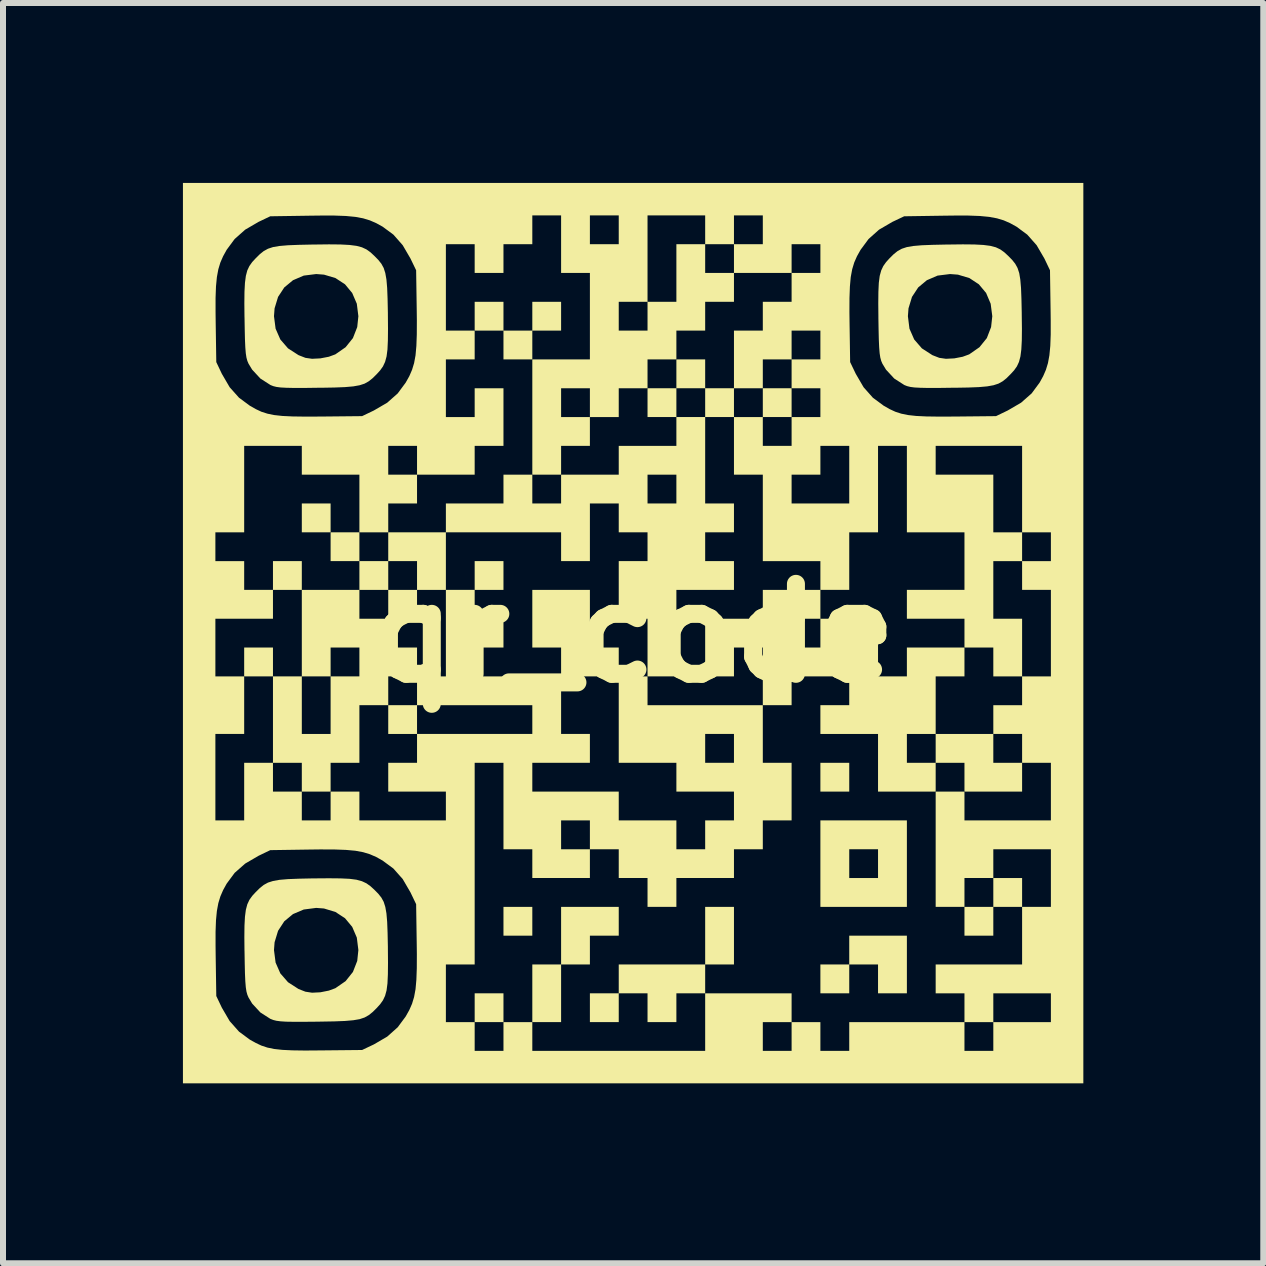
<source format=kicad_pcb>
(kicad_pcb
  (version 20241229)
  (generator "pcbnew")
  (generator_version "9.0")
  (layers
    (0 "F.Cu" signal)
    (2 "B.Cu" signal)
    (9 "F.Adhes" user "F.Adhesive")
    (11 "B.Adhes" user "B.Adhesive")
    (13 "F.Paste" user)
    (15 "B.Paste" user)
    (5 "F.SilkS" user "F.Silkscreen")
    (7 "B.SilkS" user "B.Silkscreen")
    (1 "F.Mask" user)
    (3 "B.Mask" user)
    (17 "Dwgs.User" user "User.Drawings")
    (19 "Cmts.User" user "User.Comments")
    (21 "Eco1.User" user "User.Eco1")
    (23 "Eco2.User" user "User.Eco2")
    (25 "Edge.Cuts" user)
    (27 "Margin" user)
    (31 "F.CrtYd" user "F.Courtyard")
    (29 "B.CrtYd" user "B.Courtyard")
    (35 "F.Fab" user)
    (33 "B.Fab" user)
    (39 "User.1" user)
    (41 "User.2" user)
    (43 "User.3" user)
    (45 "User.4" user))
  (footprint "qr_code"
    (layer "F.Cu")
    (at 7.506 7.506)
    (property "Reference" "qr_code" (at 0 0 0) (layer "F.SilkS") (effects (font (size 1.5 1.5) (thickness 0.3))))
    (attr board_only exclude_from_pos_files exclude_from_bom)
    (fp_poly (pts (xy -5.044 -1.922) (xy -5.044 -1.681) (xy -5.284 -1.681) (xy -5.524 -1.681) (xy -5.524 -1.922) (xy -5.524 -2.162) (xy -5.284 -2.162) (xy -5.044 -2.162)) (stroke (width 0) (type solid)) (fill yes) (layer "F.SilkS"))
    (fp_poly (pts (xy -3.603 1.441) (xy -3.603 1.681) (xy -3.843 1.681) (xy -4.083 1.681) (xy -4.083 1.441) (xy -4.083 1.201) (xy -3.843 1.201) (xy -3.603 1.201)) (stroke (width 0) (type solid)) (fill yes) (layer "F.SilkS"))
    (fp_poly (pts (xy -2.162 -0.961) (xy -2.162 -0.721) (xy -2.402 -0.721) (xy -2.642 -0.721) (xy -2.642 -0.961) (xy -2.642 -1.201) (xy -2.402 -1.201) (xy -2.162 -1.201)) (stroke (width 0) (type solid)) (fill yes) (layer "F.SilkS"))
    (fp_poly (pts (xy -2.162 6.245) (xy -2.162 6.485) (xy -2.402 6.485) (xy -2.642 6.485) (xy -2.642 6.245) (xy -2.642 6.005) (xy -2.402 6.005) (xy -2.162 6.005)) (stroke (width 0) (type solid)) (fill yes) (layer "F.SilkS"))
    (fp_poly (pts (xy -1.681 4.804) (xy -1.681 5.044) (xy -1.922 5.044) (xy -2.162 5.044) (xy -2.162 4.804) (xy -2.162 4.564) (xy -1.922 4.564) (xy -1.681 4.564)) (stroke (width 0) (type solid)) (fill yes) (layer "F.SilkS"))
    (fp_poly (pts (xy 2.642 -3.843) (xy 2.642 -3.603) (xy 2.402 -3.603) (xy 2.162 -3.603) (xy 2.162 -3.843) (xy 2.162 -4.083) (xy 2.402 -4.083) (xy 2.642 -4.083)) (stroke (width 0) (type solid)) (fill yes) (layer "F.SilkS"))
    (fp_poly (pts (xy 3.603 2.402) (xy 3.603 2.642) (xy 3.363 2.642) (xy 3.122 2.642) (xy 3.122 2.402) (xy 3.122 2.162) (xy 3.363 2.162) (xy 3.603 2.162)) (stroke (width 0) (type solid)) (fill yes) (layer "F.SilkS"))
    (fp_poly (pts (xy -0.721 -0.24) (xy -0.721 0.24) (xy -0.48 0.24) (xy -0.24 0.24) (xy -0.24 0.48) (xy -0.24 0.721) (xy -0.721 0.721) (xy -1.201 0.721) (xy -1.201 0.48) (xy -1.201 0.24) (xy -1.441 0.24) (xy -1.681 0.24) (xy -1.681 -0.24) (xy -1.681 -0.721) (xy -1.201 -0.721) (xy -0.721 -0.721)) (stroke (width 0) (type solid)) (fill yes) (layer "F.SilkS"))
    (fp_poly (pts (xy 6.485 4.323) (xy 6.485 4.564) (xy 6.245 4.564) (xy 6.005 4.564) (xy 6.005 4.804) (xy 6.005 5.044) (xy 5.765 5.044) (xy 5.524 5.044) (xy 5.524 4.804) (xy 5.524 4.564) (xy 5.765 4.564) (xy 6.005 4.564) (xy 6.005 4.323) (xy 6.005 4.083) (xy 6.245 4.083) (xy 6.485 4.083)) (stroke (width 0) (type solid)) (fill yes) (layer "F.SilkS"))
    (fp_poly (pts (xy 4.564 3.843) (xy 4.564 4.564) (xy 3.843 4.564) (xy 3.122 4.564) (xy 3.122 3.843) (xy 3.603 3.843) (xy 3.603 4.083) (xy 3.843 4.083) (xy 4.083 4.083) (xy 4.083 3.843) (xy 4.083 3.603) (xy 3.843 3.603) (xy 3.603 3.603) (xy 3.603 3.843) (xy 3.122 3.843) (xy 3.122 3.122) (xy 3.843 3.122) (xy 4.564 3.122)) (stroke (width 0) (type solid)) (fill yes) (layer "F.SilkS"))
    (fp_poly (pts (xy -0.24 4.804) (xy -0.24 5.044) (xy -0.48 5.044) (xy -0.721 5.044) (xy -0.721 5.284) (xy -0.721 5.524) (xy -0.961 5.524) (xy -1.201 5.524) (xy -1.201 6.005) (xy -1.201 6.485) (xy -1.441 6.485) (xy -1.681 6.485) (xy -1.681 6.005) (xy -1.681 5.524) (xy -1.441 5.524) (xy -1.201 5.524) (xy -1.201 5.044) (xy -1.201 4.564) (xy -0.721 4.564) (xy -0.24 4.564)) (stroke (width 0) (type solid)) (fill yes) (layer "F.SilkS"))
    (fp_poly (pts (xy 4.564 5.524) (xy 4.564 6.005) (xy 4.323 6.005) (xy 4.083 6.005) (xy 4.083 5.765) (xy 4.083 5.524) (xy 3.843 5.524) (xy 3.603 5.524) (xy 3.603 5.765) (xy 3.603 6.005) (xy 3.363 6.005) (xy 3.122 6.005) (xy 3.122 5.765) (xy 3.122 5.524) (xy 3.363 5.524) (xy 3.603 5.524) (xy 3.603 5.284) (xy 3.603 5.044) (xy 4.083 5.044) (xy 4.564 5.044)) (stroke (width 0) (type solid)) (fill yes) (layer "F.SilkS"))
    (fp_poly (pts (xy -2.162 -5.284) (xy -2.162 -5.044) (xy -1.922 -5.044) (xy -1.681 -5.044) (xy -1.681 -5.284) (xy -1.681 -5.524) (xy -1.441 -5.524) (xy -1.201 -5.524) (xy -1.201 -5.284) (xy -1.201 -5.044) (xy -1.441 -5.044) (xy -1.681 -5.044) (xy -1.681 -4.804) (xy -1.681 -4.564) (xy -1.922 -4.564) (xy -2.162 -4.564) (xy -2.162 -4.804) (xy -2.162 -5.044) (xy -2.402 -5.044) (xy -2.642 -5.044) (xy -2.642 -5.284) (xy -2.642 -5.524) (xy -2.402 -5.524) (xy -2.162 -5.524)) (stroke (width 0) (type solid)) (fill yes) (layer "F.SilkS"))
    (fp_poly (pts (xy 1.681 5.044) (xy 1.681 5.524) (xy 1.441 5.524) (xy 1.201 5.524) (xy 1.201 5.765) (xy 1.201 6.005) (xy 0.961 6.005) (xy 0.721 6.005) (xy 0.721 6.245) (xy 0.721 6.485) (xy 0.48 6.485) (xy 0.24 6.485) (xy 0.24 6.245) (xy 0.24 6.005) (xy 0 6.005) (xy -0.24 6.005) (xy -0.24 6.245) (xy -0.24 6.485) (xy -0.48 6.485) (xy -0.721 6.485) (xy -0.721 6.245) (xy -0.721 6.005) (xy -0.48 6.005) (xy -0.24 6.005) (xy -0.24 5.765) (xy -0.24 5.524) (xy 0.48 5.524) (xy 1.201 5.524) (xy 1.201 5.044) (xy 1.201 4.564) (xy 1.441 4.564) (xy 1.681 4.564)) (stroke (width 0) (type solid)) (fill yes) (layer "F.SilkS"))
    (fp_poly (pts (xy 3.122 -0.48) (xy 3.122 -0.24) (xy 2.882 -0.24) (xy 2.642 -0.24) (xy 2.642 0) (xy 2.642 0.24) (xy 2.882 0.24) (xy 3.122 0.24) (xy 3.122 0) (xy 3.122 -0.24) (xy 3.603 -0.24) (xy 4.083 -0.24) (xy 4.083 0.24) (xy 4.083 0.721) (xy 4.323 0.721) (xy 4.564 0.721) (xy 4.564 0.48) (xy 4.564 0.24) (xy 5.044 0.24) (xy 5.524 0.24) (xy 5.524 0.48) (xy 5.524 0.721) (xy 5.284 0.721) (xy 5.044 0.721) (xy 5.044 1.201) (xy 5.044 1.681) (xy 4.804 1.681) (xy 4.564 1.681) (xy 4.564 1.922) (xy 4.564 2.162) (xy 4.804 2.162) (xy 5.044 2.162) (xy 5.044 1.922) (xy 5.044 1.681) (xy 5.524 1.681) (xy 6.005 1.681) (xy 6.005 1.922) (xy 6.005 2.162) (xy 6.245 2.162) (xy 6.485 2.162) (xy 6.485 2.402) (xy 6.485 2.642) (xy 6.005 2.642) (xy 5.524 2.642) (xy 5.524 2.402) (xy 5.524 2.162) (xy 5.284 2.162) (xy 5.044 2.162) (xy 5.044 2.402) (xy 5.044 2.642) (xy 4.564 2.642) (xy 4.083 2.642) (xy 4.083 2.162) (xy 4.083 1.681) (xy 3.603 1.681) (xy 3.122 1.681) (xy 3.122 1.441) (xy 3.122 1.201) (xy 3.363 1.201) (xy 3.603 1.201) (xy 3.603 0.961) (xy 3.603 0.721) (xy 3.122 0.721) (xy 2.642 0.721) (xy 2.642 0.961) (xy 2.642 1.201) (xy 2.402 1.201) (xy 2.162 1.201) (xy 2.162 0.721) (xy 2.162 0.24) (xy 1.922 0.24) (xy 1.681 0.24) (xy 1.681 0.48) (xy 1.681 0.721) (xy 1.441 0.721) (xy 1.201 0.721) (xy 1.201 0.24) (xy 1.201 -0.24) (xy 1.681 -0.24) (xy 2.162 -0.24) (xy 2.162 -0.48) (xy 2.162 -0.721) (xy 2.642 -0.721) (xy 3.122 -0.721)) (stroke (width 0) (type solid)) (fill yes) (layer "F.SilkS"))
    (fp_poly (pts (xy -4.879 -6.48) (xy -4.729 -6.472) (xy -4.613 -6.457) (xy -4.522 -6.433) (xy -4.447 -6.398) (xy -4.381 -6.351) (xy -4.317 -6.292) (xy -4.25 -6.224) (xy -4.198 -6.159) (xy -4.159 -6.088) (xy -4.132 -6.003) (xy -4.113 -5.895) (xy -4.101 -5.754) (xy -4.094 -5.572) (xy -4.089 -5.34) (xy -4.089 -5.315) (xy -4.087 -5.071) (xy -4.089 -4.879) (xy -4.096 -4.729) (xy -4.111 -4.613) (xy -4.136 -4.522) (xy -4.171 -4.447) (xy -4.218 -4.381) (xy -4.276 -4.317) (xy -4.344 -4.25) (xy -4.408 -4.199) (xy -4.477 -4.16) (xy -4.56 -4.133) (xy -4.666 -4.114) (xy -4.804 -4.102) (xy -4.982 -4.095) (xy -5.21 -4.091) (xy -5.269 -4.091) (xy -5.489 -4.088) (xy -5.658 -4.088) (xy -5.785 -4.091) (xy -5.878 -4.096) (xy -5.947 -4.105) (xy -5.999 -4.118) (xy -6.045 -4.136) (xy -6.05 -4.139) (xy -6.215 -4.245) (xy -6.352 -4.393) (xy -6.413 -4.494) (xy -6.432 -4.539) (xy -6.447 -4.594) (xy -6.458 -4.665) (xy -6.466 -4.764) (xy -6.472 -4.897) (xy -6.476 -5.075) (xy -6.479 -5.253) (xy -6.48 -5.284) (xy -5.988 -5.284) (xy -5.961 -5.076) (xy -5.882 -4.896) (xy -5.754 -4.748) (xy -5.579 -4.635) (xy -5.464 -4.59) (xy -5.353 -4.574) (xy -5.215 -4.581) (xy -5.074 -4.608) (xy -4.965 -4.648) (xy -4.794 -4.767) (xy -4.672 -4.919) (xy -4.6 -5.103) (xy -4.581 -5.284) (xy -4.607 -5.492) (xy -4.684 -5.671) (xy -4.804 -5.816) (xy -4.963 -5.92) (xy -5.154 -5.977) (xy -5.284 -5.987) (xy -5.492 -5.961) (xy -5.671 -5.884) (xy -5.816 -5.764) (xy -5.92 -5.606) (xy -5.978 -5.415) (xy -5.988 -5.284) (xy -6.48 -5.284) (xy -6.482 -5.497) (xy -6.48 -5.69) (xy -6.472 -5.84) (xy -6.457 -5.956) (xy -6.433 -6.047) (xy -6.398 -6.121) (xy -6.351 -6.187) (xy -6.292 -6.251) (xy -6.224 -6.318) (xy -6.159 -6.37) (xy -6.088 -6.409) (xy -6.003 -6.437) (xy -5.895 -6.455) (xy -5.754 -6.467) (xy -5.572 -6.474) (xy -5.34 -6.479) (xy -5.315 -6.479) (xy -5.071 -6.482)) (stroke (width 0) (type solid)) (fill yes) (layer "F.SilkS"))
    (fp_poly (pts (xy -4.879 4.089) (xy -4.729 4.096) (xy -4.613 4.111) (xy -4.522 4.136) (xy -4.447 4.171) (xy -4.381 4.218) (xy -4.317 4.276) (xy -4.25 4.344) (xy -4.198 4.409) (xy -4.159 4.48) (xy -4.132 4.565) (xy -4.113 4.673) (xy -4.101 4.814) (xy -4.094 4.996) (xy -4.089 5.228) (xy -4.089 5.253) (xy -4.087 5.497) (xy -4.089 5.69) (xy -4.096 5.84) (xy -4.111 5.956) (xy -4.136 6.047) (xy -4.171 6.121) (xy -4.218 6.187) (xy -4.276 6.251) (xy -4.344 6.318) (xy -4.408 6.369) (xy -4.477 6.408) (xy -4.56 6.436) (xy -4.666 6.454) (xy -4.804 6.466) (xy -4.982 6.473) (xy -5.21 6.477) (xy -5.269 6.478) (xy -5.489 6.48) (xy -5.658 6.48) (xy -5.785 6.478) (xy -5.878 6.472) (xy -5.947 6.463) (xy -5.999 6.45) (xy -6.045 6.432) (xy -6.05 6.43) (xy -6.215 6.324) (xy -6.352 6.176) (xy -6.413 6.074) (xy -6.432 6.029) (xy -6.447 5.975) (xy -6.458 5.903) (xy -6.466 5.805) (xy -6.472 5.671) (xy -6.476 5.494) (xy -6.479 5.315) (xy -6.48 5.284) (xy -5.988 5.284) (xy -5.961 5.493) (xy -5.882 5.673) (xy -5.754 5.82) (xy -5.579 5.933) (xy -5.464 5.978) (xy -5.353 5.995) (xy -5.215 5.988) (xy -5.074 5.96) (xy -4.965 5.92) (xy -4.794 5.802) (xy -4.672 5.649) (xy -4.6 5.465) (xy -4.581 5.284) (xy -4.607 5.076) (xy -4.684 4.897) (xy -4.804 4.753) (xy -4.963 4.649) (xy -5.154 4.591) (xy -5.284 4.581) (xy -5.492 4.608) (xy -5.671 4.684) (xy -5.816 4.804) (xy -5.92 4.963) (xy -5.978 5.154) (xy -5.988 5.284) (xy -6.48 5.284) (xy -6.482 5.071) (xy -6.48 4.879) (xy -6.472 4.729) (xy -6.457 4.613) (xy -6.433 4.522) (xy -6.398 4.447) (xy -6.351 4.381) (xy -6.292 4.317) (xy -6.224 4.25) (xy -6.159 4.198) (xy -6.088 4.159) (xy -6.003 4.132) (xy -5.895 4.113) (xy -5.754 4.101) (xy -5.572 4.094) (xy -5.34 4.089) (xy -5.315 4.089) (xy -5.071 4.087)) (stroke (width 0) (type solid)) (fill yes) (layer "F.SilkS"))
    (fp_poly (pts (xy 5.69 -6.48) (xy 5.84 -6.472) (xy 5.956 -6.457) (xy 6.047 -6.433) (xy 6.121 -6.398) (xy 6.187 -6.351) (xy 6.251 -6.292) (xy 6.318 -6.224) (xy 6.37 -6.159) (xy 6.409 -6.088) (xy 6.437 -6.003) (xy 6.455 -5.895) (xy 6.467 -5.754) (xy 6.474 -5.572) (xy 6.479 -5.34) (xy 6.479 -5.315) (xy 6.482 -5.071) (xy 6.48 -4.879) (xy 6.472 -4.729) (xy 6.457 -4.613) (xy 6.433 -4.522) (xy 6.398 -4.447) (xy 6.351 -4.381) (xy 6.292 -4.317) (xy 6.225 -4.25) (xy 6.161 -4.199) (xy 6.091 -4.16) (xy 6.008 -4.133) (xy 5.902 -4.114) (xy 5.764 -4.102) (xy 5.586 -4.095) (xy 5.359 -4.091) (xy 5.299 -4.091) (xy 5.079 -4.088) (xy 4.91 -4.088) (xy 4.783 -4.091) (xy 4.69 -4.096) (xy 4.622 -4.105) (xy 4.569 -4.118) (xy 4.523 -4.136) (xy 4.518 -4.139) (xy 4.353 -4.245) (xy 4.216 -4.393) (xy 4.155 -4.494) (xy 4.136 -4.539) (xy 4.121 -4.594) (xy 4.11 -4.665) (xy 4.102 -4.764) (xy 4.096 -4.897) (xy 4.092 -5.075) (xy 4.089 -5.253) (xy 4.089 -5.284) (xy 4.581 -5.284) (xy 4.607 -5.076) (xy 4.686 -4.896) (xy 4.814 -4.748) (xy 4.989 -4.635) (xy 5.104 -4.59) (xy 5.215 -4.574) (xy 5.354 -4.581) (xy 5.494 -4.608) (xy 5.603 -4.648) (xy 5.774 -4.767) (xy 5.897 -4.919) (xy 5.968 -5.103) (xy 5.988 -5.284) (xy 5.961 -5.492) (xy 5.885 -5.671) (xy 5.764 -5.816) (xy 5.606 -5.92) (xy 5.415 -5.977) (xy 5.284 -5.987) (xy 5.076 -5.961) (xy 4.897 -5.884) (xy 4.753 -5.764) (xy 4.649 -5.606) (xy 4.591 -5.415) (xy 4.581 -5.284) (xy 4.089 -5.284) (xy 4.087 -5.497) (xy 4.089 -5.69) (xy 4.096 -5.84) (xy 4.111 -5.956) (xy 4.136 -6.047) (xy 4.171 -6.121) (xy 4.218 -6.187) (xy 4.276 -6.251) (xy 4.344 -6.318) (xy 4.409 -6.37) (xy 4.48 -6.409) (xy 4.565 -6.437) (xy 4.673 -6.455) (xy 4.814 -6.467) (xy 4.996 -6.474) (xy 5.228 -6.479) (xy 5.253 -6.479) (xy 5.497 -6.482)) (stroke (width 0) (type solid)) (fill yes) (layer "F.SilkS"))
    (fp_poly (pts (xy 1.201 -4.323) (xy 1.201 -4.083) (xy 0.961 -4.083) (xy 0.721 -4.083) (xy 0.721 -3.843) (xy 0.721 -3.603) (xy 0.961 -3.603) (xy 1.201 -3.603) (xy 1.201 -3.843) (xy 1.201 -4.083) (xy 1.441 -4.083) (xy 1.681 -4.083) (xy 1.681 -3.843) (xy 1.681 -3.603) (xy 1.441 -3.603) (xy 1.201 -3.603) (xy 1.201 -2.882) (xy 1.201 -2.162) (xy 1.441 -2.162) (xy 1.681 -2.162) (xy 1.681 -1.922) (xy 1.681 -1.681) (xy 1.441 -1.681) (xy 1.201 -1.681) (xy 1.201 -1.441) (xy 1.201 -1.201) (xy 1.441 -1.201) (xy 1.681 -1.201) (xy 1.681 -0.961) (xy 1.681 -0.721) (xy 1.201 -0.721) (xy 0.721 -0.721) (xy 0.721 0) (xy 0.721 0.721) (xy 0.48 0.721) (xy 0.24 0.721) (xy 0.24 0.24) (xy 0.24 -0.24) (xy 0 -0.24) (xy -0.24 -0.24) (xy -0.24 -0.721) (xy -0.24 -1.201) (xy 0 -1.201) (xy 0.24 -1.201) (xy 0.24 -1.441) (xy 0.24 -1.681) (xy 0 -1.681) (xy -0.24 -1.681) (xy -0.24 -1.922) (xy -0.24 -2.162) (xy -0.48 -2.162) (xy -0.721 -2.162) (xy -0.721 -1.681) (xy -0.721 -1.201) (xy -0.961 -1.201) (xy -1.201 -1.201) (xy -1.201 -1.441) (xy -1.201 -1.681) (xy -2.162 -1.681) (xy -3.122 -1.681) (xy -3.122 -1.201) (xy -3.122 -0.721) (xy -3.363 -0.721) (xy -3.603 -0.721) (xy -3.603 -0.48) (xy -3.603 -0.24) (xy -3.843 -0.24) (xy -4.083 -0.24) (xy -4.083 0) (xy -4.083 0.24) (xy -3.843 0.24) (xy -3.603 0.24) (xy -3.603 0.48) (xy -3.603 0.721) (xy -3.843 0.721) (xy -4.083 0.721) (xy -4.083 0.961) (xy -4.083 1.201) (xy -4.323 1.201) (xy -4.564 1.201) (xy -4.564 1.681) (xy -4.564 2.162) (xy -4.804 2.162) (xy -5.044 2.162) (xy -5.044 2.402) (xy -5.044 2.642) (xy -5.284 2.642) (xy -5.524 2.642) (xy -5.524 2.402) (xy -5.524 2.162) (xy -5.765 2.162) (xy -6.005 2.162) (xy -6.005 1.441) (xy -6.005 0.721) (xy -6.245 0.721) (xy -6.485 0.721) (xy -6.485 0.48) (xy -6.485 0.24) (xy -6.245 0.24) (xy -6.005 0.24) (xy -6.005 0.48) (xy -6.005 0.721) (xy -5.765 0.721) (xy -5.524 0.721) (xy -5.524 1.201) (xy -5.524 1.681) (xy -5.284 1.681) (xy -5.044 1.681) (xy -5.044 1.201) (xy -5.044 0.721) (xy -4.804 0.721) (xy -4.564 0.721) (xy -4.564 0.48) (xy -4.564 0.24) (xy -4.804 0.24) (xy -5.044 0.24) (xy -5.044 0.48) (xy -5.044 0.721) (xy -5.284 0.721) (xy -5.524 0.721) (xy -5.524 0) (xy -5.524 -0.721) (xy -5.765 -0.721) (xy -6.005 -0.721) (xy -6.005 -0.961) (xy -6.005 -1.201) (xy -5.765 -1.201) (xy -5.524 -1.201) (xy -5.524 -0.961) (xy -5.524 -0.721) (xy -5.044 -0.721) (xy -4.564 -0.721) (xy -4.564 -0.48) (xy -4.564 -0.24) (xy -4.323 -0.24) (xy -4.083 -0.24) (xy -4.083 -0.48) (xy -4.083 -0.721) (xy -3.843 -0.721) (xy -3.603 -0.721) (xy -3.603 -0.961) (xy -3.603 -1.201) (xy -3.843 -1.201) (xy -4.083 -1.201) (xy -4.083 -0.961) (xy -4.083 -0.721) (xy -4.323 -0.721) (xy -4.564 -0.721) (xy -4.564 -0.961) (xy -4.564 -1.201) (xy -4.804 -1.201) (xy -5.044 -1.201) (xy -5.044 -1.441) (xy -5.044 -1.681) (xy -4.804 -1.681) (xy -4.564 -1.681) (xy -4.564 -1.441) (xy -4.564 -1.201) (xy -4.323 -1.201) (xy -4.083 -1.201) (xy -4.083 -1.441) (xy -4.083 -1.681) (xy -3.603 -1.681) (xy -3.122 -1.681) (xy -3.122 -1.922) (xy -3.122 -2.162) (xy -2.642 -2.162) (xy -2.162 -2.162) (xy -2.162 -2.402) (xy -2.162 -2.642) (xy -1.922 -2.642) (xy -1.681 -2.642) (xy -1.681 -2.402) (xy -1.681 -2.162) (xy -1.441 -2.162) (xy -1.201 -2.162) (xy -1.201 -2.402) (xy 0.24 -2.402) (xy 0.24 -2.162) (xy 0.48 -2.162) (xy 0.721 -2.162) (xy 0.721 -2.402) (xy 0.721 -2.642) (xy 0.48 -2.642) (xy 0.24 -2.642) (xy 0.24 -2.402) (xy -1.201 -2.402) (xy -1.201 -2.642) (xy -0.721 -2.642) (xy -0.24 -2.642) (xy -0.24 -2.882) (xy -0.24 -3.122) (xy 0.24 -3.122) (xy 0.721 -3.122) (xy 0.721 -3.363) (xy 0.721 -3.603) (xy 0.48 -3.603) (xy 0.24 -3.603) (xy 0.24 -3.843) (xy 0.24 -4.083) (xy 0.48 -4.083) (xy 0.721 -4.083) (xy 0.721 -4.323) (xy 0.721 -4.564) (xy 0.961 -4.564) (xy 1.201 -4.564)) (stroke (width 0) (type solid)) (fill yes) (layer "F.SilkS"))
    (fp_poly (pts (xy 7.506 0) (xy 7.506 7.506) (xy 0 7.506) (xy -7.506 7.506) (xy -7.506 5.216) (xy -6.962 5.216) (xy -6.96 5.385) (xy -6.95 6.05) (xy -6.857 6.245) (xy -6.727 6.468) (xy -6.571 6.644) (xy -6.391 6.777) (xy -6.291 6.833) (xy -6.197 6.877) (xy -6.097 6.91) (xy -5.985 6.933) (xy -5.849 6.948) (xy -5.681 6.956) (xy -5.472 6.959) (xy -5.212 6.957) (xy -5.209 6.957) (xy -4.519 6.95) (xy -4.323 6.857) (xy -4.1 6.727) (xy -3.925 6.571) (xy -3.792 6.391) (xy -3.732 6.284) (xy -3.686 6.179) (xy -3.652 6.066) (xy -3.628 5.936) (xy -3.614 5.78) (xy -3.607 5.589) (xy -3.606 5.352) (xy -3.608 5.184) (xy -3.618 4.519) (xy -3.712 4.323) (xy -3.842 4.1) (xy -3.997 3.925) (xy -4.177 3.792) (xy -4.284 3.732) (xy -4.39 3.686) (xy -4.502 3.652) (xy -4.632 3.628) (xy -4.788 3.614) (xy -4.979 3.607) (xy -5.216 3.606) (xy -5.385 3.608) (xy -6.05 3.618) (xy -6.245 3.712) (xy -6.468 3.842) (xy -6.644 3.997) (xy -6.777 4.177) (xy -6.836 4.284) (xy -6.882 4.39) (xy -6.916 4.502) (xy -6.94 4.632) (xy -6.955 4.788) (xy -6.962 4.979) (xy -6.962 5.216) (xy -7.506 5.216) (xy -7.506 0) (xy -7.506 -1.681) (xy -6.965 -1.681) (xy -6.965 -1.441) (xy -6.965 -1.201) (xy -6.725 -1.201) (xy -6.485 -1.201) (xy -6.485 -0.961) (xy -6.485 -0.721) (xy -6.245 -0.721) (xy -6.005 -0.721) (xy -6.005 -0.48) (xy -6.005 -0.24) (xy -6.485 -0.24) (xy -6.965 -0.24) (xy -6.965 0.24) (xy -6.965 0.721) (xy -6.725 0.721) (xy -6.485 0.721) (xy -6.485 1.201) (xy -6.485 1.681) (xy -6.725 1.681) (xy -6.965 1.681) (xy -6.965 2.402) (xy -6.965 3.122) (xy -6.725 3.122) (xy -6.485 3.122) (xy -6.485 2.642) (xy -6.485 2.162) (xy -6.245 2.162) (xy -6.005 2.162) (xy -6.005 2.402) (xy -6.005 2.642) (xy -5.765 2.642) (xy -5.524 2.642) (xy -5.524 2.882) (xy -5.524 3.122) (xy -5.284 3.122) (xy -5.044 3.122) (xy -5.044 2.882) (xy -5.044 2.642) (xy -4.804 2.642) (xy -4.564 2.642) (xy -4.564 2.882) (xy -4.564 3.122) (xy -3.843 3.122) (xy -3.122 3.122) (xy -3.122 2.882) (xy -3.122 2.642) (xy -3.603 2.642) (xy -4.083 2.642) (xy -4.083 2.402) (xy -4.083 2.162) (xy -3.843 2.162) (xy -3.603 2.162) (xy -3.603 1.922) (xy -3.603 1.681) (xy -2.642 1.681) (xy -1.681 1.681) (xy -1.681 1.441) (xy -1.681 1.201) (xy -2.642 1.201) (xy -3.603 1.201) (xy -3.603 0.961) (xy -3.603 0.721) (xy -3.363 0.721) (xy -3.122 0.721) (xy -3.122 0) (xy -3.122 -0.721) (xy -2.882 -0.721) (xy -2.642 -0.721) (xy -2.642 -0.48) (xy -2.642 -0.24) (xy -2.402 -0.24) (xy -2.162 -0.24) (xy -2.162 0) (xy -2.162 0.24) (xy -2.402 0.24) (xy -2.642 0.24) (xy -2.642 0.48) (xy -2.642 0.721) (xy -1.922 0.721) (xy -1.201 0.721) (xy -1.201 1.201) (xy -1.201 1.681) (xy -0.961 1.681) (xy -0.721 1.681) (xy -0.721 1.922) (xy -0.721 2.162) (xy -1.201 2.162) (xy -1.681 2.162) (xy -1.681 2.402) (xy -1.681 2.642) (xy -0.961 2.642) (xy -0.24 2.642) (xy -0.24 2.882) (xy -0.24 3.122) (xy 0.24 3.122) (xy 0.721 3.122) (xy 0.721 3.363) (xy 0.721 3.603) (xy 0.961 3.603) (xy 1.201 3.603) (xy 1.201 3.363) (xy 1.201 3.122) (xy 1.441 3.122) (xy 1.681 3.122) (xy 1.681 2.882) (xy 1.681 2.642) (xy 1.201 2.642) (xy 0.721 2.642) (xy 0.721 2.402) (xy 0.721 2.162) (xy 0.24 2.162) (xy -0.24 2.162) (xy -0.24 1.922) (xy 1.201 1.922) (xy 1.201 2.162) (xy 1.441 2.162) (xy 1.681 2.162) (xy 1.681 1.922) (xy 1.681 1.681) (xy 1.441 1.681) (xy 1.201 1.681) (xy 1.201 1.922) (xy -0.24 1.922) (xy -0.24 1.441) (xy -0.24 0.721) (xy 0 0.721) (xy 0.24 0.721) (xy 0.24 0.961) (xy 0.24 1.201) (xy 1.201 1.201) (xy 2.162 1.201) (xy 2.162 1.681) (xy 2.162 2.162) (xy 2.402 2.162) (xy 2.642 2.162) (xy 2.642 2.642) (xy 2.642 3.122) (xy 2.402 3.122) (xy 2.162 3.122) (xy 2.162 3.363) (xy 2.162 3.603) (xy 1.922 3.603) (xy 1.681 3.603) (xy 1.681 3.843) (xy 1.681 4.083) (xy 1.201 4.083) (xy 0.721 4.083) (xy 0.721 4.323) (xy 0.721 4.564) (xy 0.48 4.564) (xy 0.24 4.564) (xy 0.24 4.323) (xy 0.24 4.083) (xy 0 4.083) (xy -0.24 4.083) (xy -0.24 3.843) (xy -0.24 3.603) (xy -0.48 3.603) (xy -0.721 3.603) (xy -0.721 3.843) (xy -0.721 4.083) (xy -1.201 4.083) (xy -1.681 4.083) (xy -1.681 3.843) (xy -1.681 3.603) (xy -1.922 3.603) (xy -2.162 3.603) (xy -2.162 3.363) (xy -1.201 3.363) (xy -1.201 3.603) (xy -0.961 3.603) (xy -0.721 3.603) (xy -0.721 3.363) (xy -0.721 3.122) (xy -0.961 3.122) (xy -1.201 3.122) (xy -1.201 3.363) (xy -2.162 3.363) (xy -2.162 2.882) (xy -2.162 2.162) (xy -2.402 2.162) (xy -2.642 2.162) (xy -2.642 3.843) (xy -2.642 5.524) (xy -2.882 5.524) (xy -3.122 5.524) (xy -3.122 6.005) (xy -3.122 6.485) (xy -2.882 6.485) (xy -2.642 6.485) (xy -2.642 6.725) (xy -2.642 6.965) (xy -2.402 6.965) (xy -2.162 6.965) (xy -2.162 6.725) (xy -2.162 6.485) (xy -1.922 6.485) (xy -1.681 6.485) (xy -1.681 6.725) (xy -1.681 6.965) (xy -0.24 6.965) (xy 1.201 6.965) (xy 1.201 6.485) (xy 1.201 6.005) (xy 1.922 6.005) (xy 2.642 6.005) (xy 2.642 6.245) (xy 2.642 6.485) (xy 2.402 6.485) (xy 2.162 6.485) (xy 2.162 6.725) (xy 2.162 6.965) (xy 2.402 6.965) (xy 2.642 6.965) (xy 2.642 6.725) (xy 2.642 6.485) (xy 2.882 6.485) (xy 3.122 6.485) (xy 3.122 6.725) (xy 3.122 6.965) (xy 3.363 6.965) (xy 3.603 6.965) (xy 3.603 6.725) (xy 3.603 6.485) (xy 4.564 6.485) (xy 5.524 6.485) (xy 5.524 6.725) (xy 5.524 6.965) (xy 5.765 6.965) (xy 6.005 6.965) (xy 6.005 6.725) (xy 6.005 6.485) (xy 6.485 6.485) (xy 6.965 6.485) (xy 6.965 6.245) (xy 6.965 6.005) (xy 6.485 6.005) (xy 6.005 6.005) (xy 6.005 6.245) (xy 6.005 6.485) (xy 5.765 6.485) (xy 5.524 6.485) (xy 5.524 6.245) (xy 5.524 6.005) (xy 5.284 6.005) (xy 5.044 6.005) (xy 5.044 5.765) (xy 5.044 5.524) (xy 5.765 5.524) (xy 6.485 5.524) (xy 6.485 5.044) (xy 6.485 4.564) (xy 6.725 4.564) (xy 6.965 4.564) (xy 6.965 4.083) (xy 6.965 3.603) (xy 6.485 3.603) (xy 6.005 3.603) (xy 6.005 3.843) (xy 6.005 4.083) (xy 5.765 4.083) (xy 5.524 4.083) (xy 5.524 4.323) (xy 5.524 4.564) (xy 5.284 4.564) (xy 5.044 4.564) (xy 5.044 3.603) (xy 5.044 2.642) (xy 5.284 2.642) (xy 5.524 2.642) (xy 5.524 2.882) (xy 5.524 3.122) (xy 6.245 3.122) (xy 6.965 3.122) (xy 6.965 2.642) (xy 6.965 2.162) (xy 6.725 2.162) (xy 6.485 2.162) (xy 6.485 1.922) (xy 6.485 1.681) (xy 6.245 1.681) (xy 6.005 1.681) (xy 6.005 1.441) (xy 6.005 1.201) (xy 6.245 1.201) (xy 6.485 1.201) (xy 6.485 0.961) (xy 6.485 0.721) (xy 6.725 0.721) (xy 6.965 0.721) (xy 6.965 0) (xy 6.965 -0.721) (xy 6.725 -0.721) (xy 6.485 -0.721) (xy 6.485 -0.961) (xy 6.485 -1.201) (xy 6.725 -1.201) (xy 6.965 -1.201) (xy 6.965 -1.441) (xy 6.965 -1.681) (xy 6.725 -1.681) (xy 6.485 -1.681) (xy 6.485 -1.441) (xy 6.485 -1.201) (xy 6.245 -1.201) (xy 6.005 -1.201) (xy 6.005 -0.721) (xy 6.005 -0.24) (xy 6.245 -0.24) (xy 6.485 -0.24) (xy 6.485 0.24) (xy 6.485 0.721) (xy 6.245 0.721) (xy 6.005 0.721) (xy 6.005 0.48) (xy 6.005 0.24) (xy 5.765 0.24) (xy 5.524 0.24) (xy 5.524 0) (xy 5.524 -0.24) (xy 5.044 -0.24) (xy 4.564 -0.24) (xy 4.564 -0.48) (xy 4.564 -0.721) (xy 5.044 -0.721) (xy 5.524 -0.721) (xy 5.524 -1.201) (xy 5.524 -1.681) (xy 5.044 -1.681) (xy 4.564 -1.681) (xy 4.564 -2.402) (xy 4.564 -2.882) (xy 5.044 -2.882) (xy 5.044 -2.642) (xy 5.524 -2.642) (xy 6.005 -2.642) (xy 6.005 -2.162) (xy 6.005 -1.681) (xy 6.245 -1.681) (xy 6.485 -1.681) (xy 6.485 -2.402) (xy 6.485 -3.122) (xy 5.765 -3.122) (xy 5.044 -3.122) (xy 5.044 -2.882) (xy 4.564 -2.882) (xy 4.564 -3.122) (xy 4.323 -3.122) (xy 4.083 -3.122) (xy 4.083 -2.402) (xy 4.083 -1.681) (xy 3.843 -1.681) (xy 3.603 -1.681) (xy 3.603 -1.201) (xy 3.603 -0.721) (xy 3.363 -0.721) (xy 3.122 -0.721) (xy 3.122 -0.961) (xy 3.122 -1.201) (xy 2.642 -1.201) (xy 2.162 -1.201) (xy 2.162 -1.922) (xy 2.162 -2.642) (xy 2.642 -2.642) (xy 2.642 -2.402) (xy 2.642 -2.162) (xy 3.122 -2.162) (xy 3.603 -2.162) (xy 3.603 -2.642) (xy 3.603 -3.122) (xy 3.363 -3.122) (xy 3.122 -3.122) (xy 3.122 -2.882) (xy 3.122 -2.642) (xy 2.882 -2.642) (xy 2.642 -2.642) (xy 2.162 -2.642) (xy 1.922 -2.642) (xy 1.681 -2.642) (xy 1.681 -3.122) (xy 1.681 -3.603) (xy 1.922 -3.603) (xy 2.162 -3.603) (xy 2.162 -3.363) (xy 2.162 -3.122) (xy 2.402 -3.122) (xy 2.642 -3.122) (xy 2.642 -3.363) (xy 2.642 -3.603) (xy 2.882 -3.603) (xy 3.122 -3.603) (xy 3.122 -3.843) (xy 3.122 -4.083) (xy 2.882 -4.083) (xy 2.642 -4.083) (xy 2.642 -4.323) (xy 2.642 -4.564) (xy 2.882 -4.564) (xy 3.122 -4.564) (xy 3.122 -4.804) (xy 3.122 -5.044) (xy 2.882 -5.044) (xy 2.642 -5.044) (xy 2.642 -4.804) (xy 2.642 -4.564) (xy 2.402 -4.564) (xy 2.162 -4.564) (xy 2.162 -4.323) (xy 2.162 -4.083) (xy 1.922 -4.083) (xy 1.681 -4.083) (xy 1.681 -4.564) (xy 1.681 -5.044) (xy 1.922 -5.044) (xy 2.162 -5.044) (xy 2.162 -5.284) (xy 2.162 -5.352) (xy 3.606 -5.352) (xy 3.608 -5.184) (xy 3.618 -4.519) (xy 3.712 -4.323) (xy 3.842 -4.1) (xy 3.997 -3.925) (xy 4.177 -3.792) (xy 4.277 -3.735) (xy 4.372 -3.691) (xy 4.471 -3.659) (xy 4.584 -3.636) (xy 4.719 -3.621) (xy 4.887 -3.613) (xy 5.097 -3.61) (xy 5.356 -3.611) (xy 5.359 -3.611) (xy 6.05 -3.618) (xy 6.245 -3.712) (xy 6.468 -3.842) (xy 6.644 -3.997) (xy 6.777 -4.177) (xy 6.836 -4.284) (xy 6.882 -4.39) (xy 6.916 -4.502) (xy 6.94 -4.632) (xy 6.955 -4.788) (xy 6.962 -4.979) (xy 6.962 -5.216) (xy 6.96 -5.385) (xy 6.95 -6.05) (xy 6.857 -6.245) (xy 6.727 -6.468) (xy 6.571 -6.644) (xy 6.391 -6.777) (xy 6.284 -6.836) (xy 6.179 -6.882) (xy 6.066 -6.916) (xy 5.936 -6.94) (xy 5.78 -6.955) (xy 5.589 -6.962) (xy 5.352 -6.962) (xy 5.184 -6.96) (xy 4.519 -6.95) (xy 4.323 -6.857) (xy 4.1 -6.727) (xy 3.925 -6.571) (xy 3.792 -6.391) (xy 3.732 -6.284) (xy 3.686 -6.179) (xy 3.652 -6.066) (xy 3.628 -5.936) (xy 3.614 -5.78) (xy 3.607 -5.589) (xy 3.606 -5.352) (xy 2.162 -5.352) (xy 2.162 -5.524) (xy 2.402 -5.524) (xy 2.642 -5.524) (xy 2.642 -5.765) (xy 2.642 -6.005) (xy 2.882 -6.005) (xy 3.122 -6.005) (xy 3.122 -6.245) (xy 3.122 -6.485) (xy 2.882 -6.485) (xy 2.642 -6.485) (xy 2.642 -6.245) (xy 2.642 -6.005) (xy 2.162 -6.005) (xy 1.681 -6.005) (xy 1.681 -6.245) (xy 1.681 -6.485) (xy 1.922 -6.485) (xy 2.162 -6.485) (xy 2.162 -6.725) (xy 2.162 -6.965) (xy 1.922 -6.965) (xy 1.681 -6.965) (xy 1.681 -6.725) (xy 1.681 -6.485) (xy 1.441 -6.485) (xy 1.201 -6.485) (xy 1.201 -6.725) (xy 1.201 -6.965) (xy 0.721 -6.965) (xy 0.24 -6.965) (xy 0.24 -6.245) (xy 0.24 -5.524) (xy 0 -5.524) (xy -0.24 -5.524) (xy -0.24 -5.284) (xy -0.24 -5.044) (xy 0 -5.044) (xy 0.24 -5.044) (xy 0.24 -5.284) (xy 0.24 -5.524) (xy 0.48 -5.524) (xy 0.721 -5.524) (xy 0.721 -6.005) (xy 0.721 -6.485) (xy 0.961 -6.485) (xy 1.201 -6.485) (xy 1.201 -6.245) (xy 1.201 -6.005) (xy 1.441 -6.005) (xy 1.681 -6.005) (xy 1.681 -5.765) (xy 1.681 -5.524) (xy 1.441 -5.524) (xy 1.201 -5.524) (xy 1.201 -5.284) (xy 1.201 -5.044) (xy 0.961 -5.044) (xy 0.721 -5.044) (xy 0.721 -4.804) (xy 0.721 -4.564) (xy 0.48 -4.564) (xy 0.24 -4.564) (xy 0.24 -4.323) (xy 0.24 -4.083) (xy 0 -4.083) (xy -0.24 -4.083) (xy -0.24 -3.843) (xy -0.24 -3.603) (xy -0.48 -3.603) (xy -0.721 -3.603) (xy -0.721 -3.843) (xy -0.721 -4.083) (xy -0.961 -4.083) (xy -1.201 -4.083) (xy -1.201 -3.843) (xy -1.201 -3.603) (xy -0.961 -3.603) (xy -0.721 -3.603) (xy -0.721 -3.363) (xy -0.721 -3.122) (xy -0.961 -3.122) (xy -1.201 -3.122) (xy -1.201 -2.882) (xy -1.201 -2.642) (xy -1.441 -2.642) (xy -1.681 -2.642) (xy -1.681 -3.603) (xy -1.681 -4.564) (xy -1.201 -4.564) (xy -0.721 -4.564) (xy -0.721 -5.284) (xy -0.721 -6.005) (xy -0.961 -6.005) (xy -1.201 -6.005) (xy -1.201 -6.485) (xy -1.201 -6.725) (xy -0.721 -6.725) (xy -0.721 -6.485) (xy -0.48 -6.485) (xy -0.24 -6.485) (xy -0.24 -6.725) (xy -0.24 -6.965) (xy -0.48 -6.965) (xy -0.721 -6.965) (xy -0.721 -6.725) (xy -1.201 -6.725) (xy -1.201 -6.965) (xy -1.441 -6.965) (xy -1.681 -6.965) (xy -1.681 -6.725) (xy -1.681 -6.485) (xy -1.922 -6.485) (xy -2.162 -6.485) (xy -2.162 -6.245) (xy -2.162 -6.005) (xy -2.402 -6.005) (xy -2.642 -6.005) (xy -2.642 -6.245) (xy -2.642 -6.485) (xy -2.882 -6.485) (xy -3.122 -6.485) (xy -3.122 -5.765) (xy -3.122 -5.044) (xy -2.882 -5.044) (xy -2.642 -5.044) (xy -2.642 -4.804) (xy -2.642 -4.564) (xy -2.882 -4.564) (xy -3.122 -4.564) (xy -3.122 -4.083) (xy -3.122 -3.603) (xy -2.882 -3.603) (xy -2.642 -3.603) (xy -2.642 -3.843) (xy -2.642 -4.083) (xy -2.402 -4.083) (xy -2.162 -4.083) (xy -2.162 -3.603) (xy -2.162 -3.122) (xy -2.402 -3.122) (xy -2.642 -3.122) (xy -2.642 -2.882) (xy -2.642 -2.642) (xy -3.122 -2.642) (xy -3.603 -2.642) (xy -3.603 -2.882) (xy -3.603 -3.122) (xy -3.843 -3.122) (xy -4.083 -3.122) (xy -4.083 -2.882) (xy -4.083 -2.642) (xy -3.843 -2.642) (xy -3.603 -2.642) (xy -3.603 -2.402) (xy -3.603 -2.162) (xy -3.843 -2.162) (xy -4.083 -2.162) (xy -4.083 -1.922) (xy -4.083 -1.681) (xy -4.323 -1.681) (xy -4.564 -1.681) (xy -4.564 -2.162) (xy -4.564 -2.642) (xy -5.044 -2.642) (xy -5.524 -2.642) (xy -5.524 -2.882) (xy -5.524 -3.122) (xy -6.005 -3.122) (xy -6.485 -3.122) (xy -6.485 -2.402) (xy -6.485 -1.681) (xy -6.725 -1.681) (xy -6.965 -1.681) (xy -7.506 -1.681) (xy -7.506 -5.352) (xy -6.962 -5.352) (xy -6.96 -5.184) (xy -6.95 -4.519) (xy -6.857 -4.323) (xy -6.727 -4.1) (xy -6.571 -3.925) (xy -6.391 -3.792) (xy -6.291 -3.735) (xy -6.197 -3.691) (xy -6.097 -3.659) (xy -5.985 -3.636) (xy -5.849 -3.621) (xy -5.681 -3.613) (xy -5.472 -3.61) (xy -5.212 -3.611) (xy -5.209 -3.611) (xy -4.519 -3.618) (xy -4.323 -3.712) (xy -4.1 -3.842) (xy -3.925 -3.997) (xy -3.792 -4.177) (xy -3.732 -4.284) (xy -3.686 -4.39) (xy -3.652 -4.502) (xy -3.628 -4.632) (xy -3.614 -4.788) (xy -3.607 -4.979) (xy -3.606 -5.216) (xy -3.608 -5.385) (xy -3.618 -6.05) (xy -3.712 -6.245) (xy -3.842 -6.468) (xy -3.997 -6.644) (xy -4.177 -6.777) (xy -4.284 -6.836) (xy -4.39 -6.882) (xy -4.502 -6.916) (xy -4.632 -6.94) (xy -4.788 -6.955) (xy -4.979 -6.962) (xy -5.216 -6.962) (xy -5.385 -6.96) (xy -6.05 -6.95) (xy -6.245 -6.857) (xy -6.468 -6.727) (xy -6.644 -6.571) (xy -6.777 -6.391) (xy -6.836 -6.284) (xy -6.882 -6.179) (xy -6.916 -6.066) (xy -6.94 -5.936) (xy -6.955 -5.78) (xy -6.962 -5.589) (xy -6.962 -5.352) (xy -7.506 -5.352) (xy -7.506 -7.506) (xy 0 -7.506) (xy 7.506 -7.506)) (stroke (width 0) (type solid)) (fill yes) (layer "F.SilkS")))
  (gr_rect
    (start -3 -3)
    (end 18.012 18.012)
    (stroke (width 0.1) (type default))
    (fill no)
    (layer "Edge.Cuts")))
</source>
